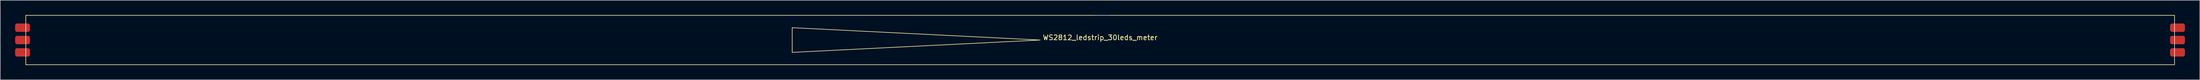
<source format=kicad_pcb>
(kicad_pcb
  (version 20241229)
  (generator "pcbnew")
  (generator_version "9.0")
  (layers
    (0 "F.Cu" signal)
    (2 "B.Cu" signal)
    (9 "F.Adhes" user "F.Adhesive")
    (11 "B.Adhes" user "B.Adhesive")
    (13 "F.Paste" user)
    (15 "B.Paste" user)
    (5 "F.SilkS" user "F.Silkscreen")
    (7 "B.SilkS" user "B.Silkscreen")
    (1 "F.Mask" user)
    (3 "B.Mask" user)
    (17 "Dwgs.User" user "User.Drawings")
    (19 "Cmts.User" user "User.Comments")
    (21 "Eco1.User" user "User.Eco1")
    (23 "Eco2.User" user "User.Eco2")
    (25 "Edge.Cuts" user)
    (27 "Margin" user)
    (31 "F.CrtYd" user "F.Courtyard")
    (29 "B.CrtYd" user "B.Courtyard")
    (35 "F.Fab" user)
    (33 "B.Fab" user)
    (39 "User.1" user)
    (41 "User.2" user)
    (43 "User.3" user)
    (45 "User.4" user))
  (footprint "WS2812_ledstrip_30leds_meter"
    (layer "F.Cu")
    (at 218.8 5.06)
    (property "Reference" "WS2812_ledstrip_30leds_meter" (at 0 -0.5 0) (unlocked yes) (layer "F.SilkS") (effects (font (size 1 1) (thickness 0.15))))
    (attr smd)
    (fp_line (start -216.65 -5) (end -216.65 5) (stroke (width 0.12) (type solid)) (layer "F.SilkS"))
    (fp_line (start -216.65 -5) (end 216.65 -5) (stroke (width 0.12) (type solid)) (layer "F.SilkS"))
    (fp_line (start -216.65 5) (end 216.65 5) (stroke (width 0.12) (type solid)) (layer "F.SilkS"))
    (fp_line (start -62.1 -2.5) (end -12.1 0) (stroke (width 0.12) (type solid)) (layer "F.SilkS"))
    (fp_line (start -62.1 2.5) (end -62.1 -2.5) (stroke (width 0.12) (type solid)) (layer "F.SilkS"))
    (fp_line (start -12.1 0) (end -62.1 2.5) (stroke (width 0.12) (type solid)) (layer "F.SilkS"))
    (fp_line (start 216.65 -5) (end 216.65 5) (stroke (width 0.12) (type solid)) (layer "F.SilkS"))
    (fp_line (start 2 -5) (end -1 -5) (stroke (width 0.12) (type solid)) (layer "Dwgs.User"))
    (pad "1" smd roundrect (at -217.3 -2.5) (size 3 1.7) (layers "F.Cu" "F.Mask" "F.Paste") (roundrect_rratio 0.25))
    (pad "1" smd roundrect (at 217.25 -2.5) (size 3 1.7) (layers "F.Cu" "F.Mask" "F.Paste") (roundrect_rratio 0.25))
    (pad "2" smd roundrect (at -217.3 0) (size 3 1.7) (layers "F.Cu" "F.Mask" "F.Paste") (roundrect_rratio 0.25))
    (pad "3" smd roundrect (at -217.3 2.5) (size 3 1.7) (layers "F.Cu" "F.Mask" "F.Paste") (roundrect_rratio 0.25))
    (pad "3" smd roundrect (at 217.25 2.5) (size 3 1.7) (layers "F.Cu" "F.Mask" "F.Paste") (roundrect_rratio 0.25))
    (pad "4" smd roundrect (at 217.25 0) (size 3 1.7) (layers "F.Cu" "F.Mask" "F.Paste") (roundrect_rratio 0.25)))
  (gr_rect
    (start -3 -3)
    (end 440.55 13.12)
    (stroke (width 0.1) (type default))
    (fill no)
    (layer "Edge.Cuts")))
</source>
